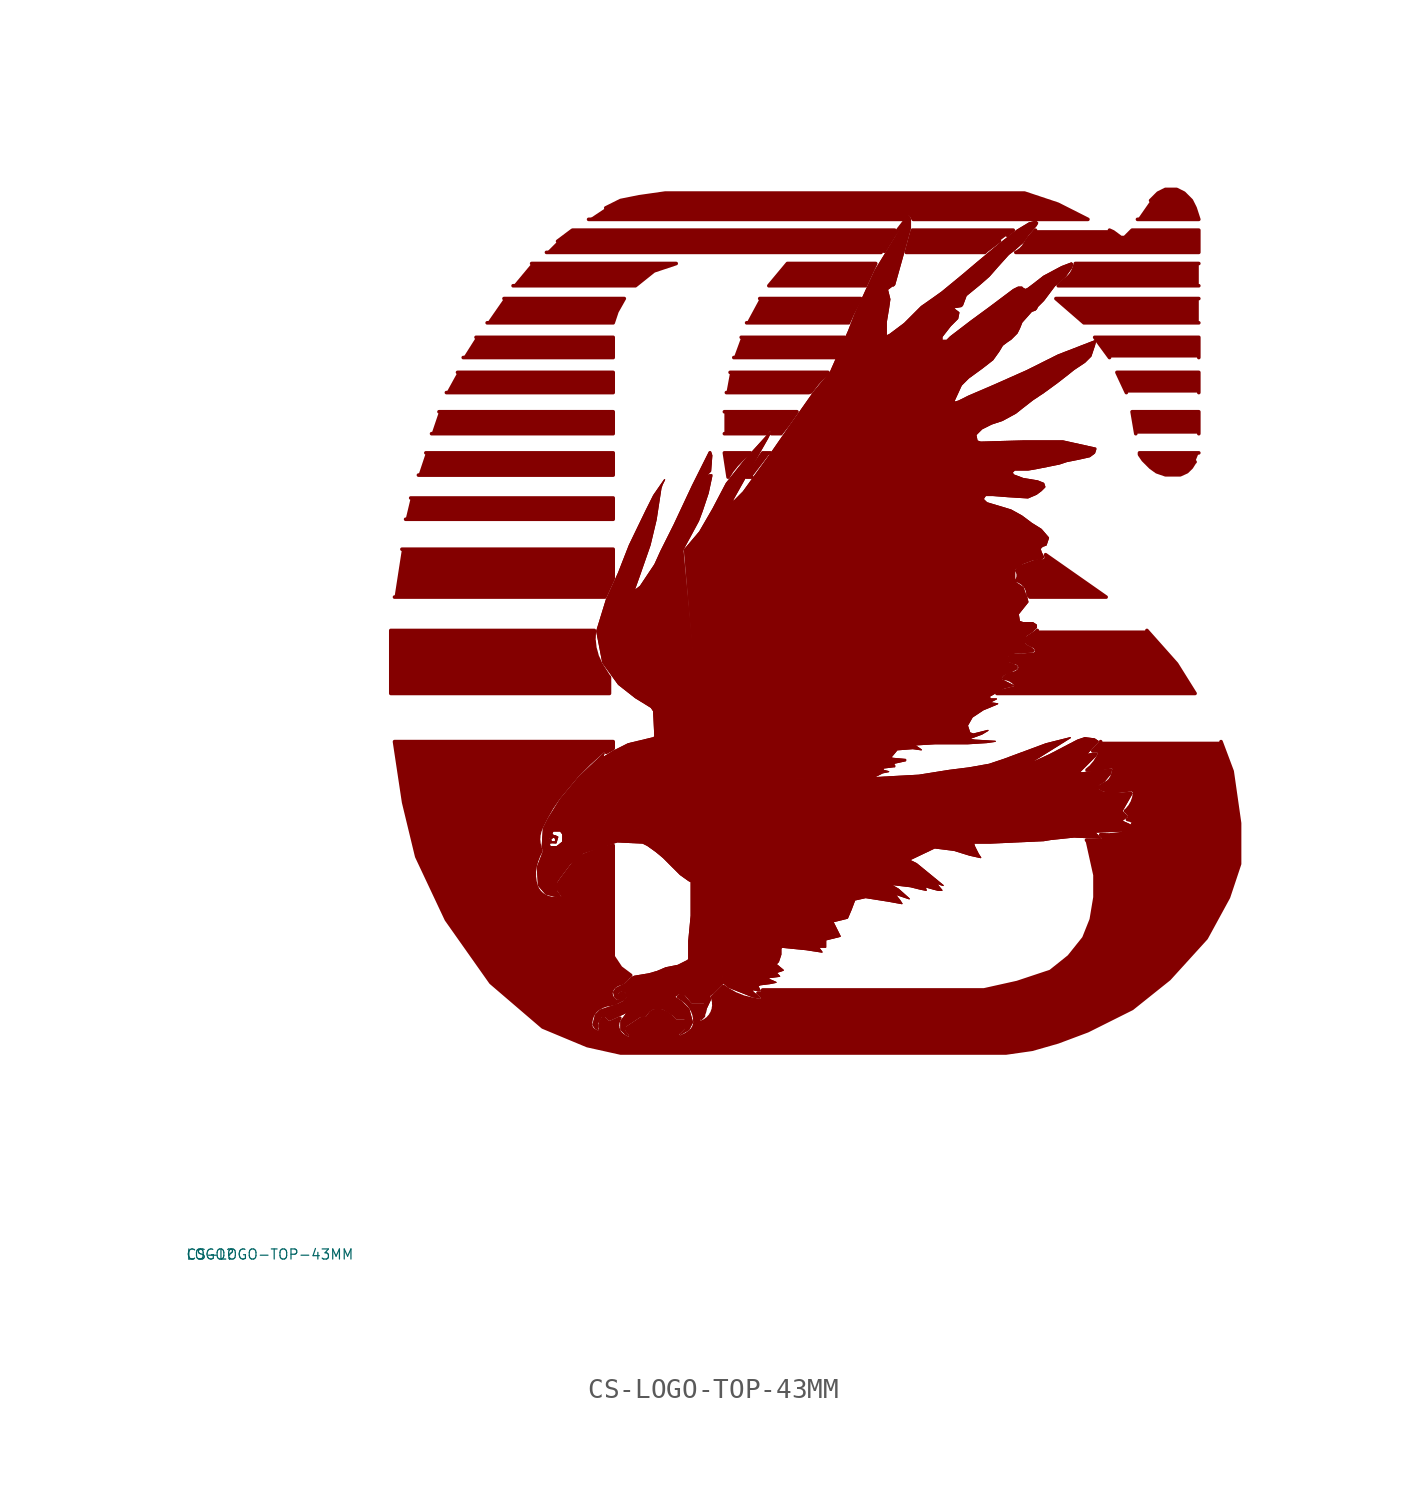
<source format=kicad_sym>
(kicad_symbol_lib
  (version 20220914)
  (generator Eagle2Kicad)
  (symbol "CS-LOGO-TOP-43MM"
    (property "Reference" "LOGO"
      (at -10 -10 0)
      (effects (font (size 0.5 0.5) (thickness 0.06)) (justify left)))
    (property "Value" "CS-LOGO-TOP-43MM"
      (at -10 -10 0)
      (effects (font (size 0.5 0.5) (thickness 0.06)) (justify left)))
    (polyline
      (pts (xy 10.466 1.161) (xy 10.346 1.221) (xy 10.226 1.401) (xy 10.346 1.882) (xy 10.586 2.123) (xy 11.127 2.303) (xy 11.488 2.423) (xy 11.729 2.544) (xy 11.909 2.724) (xy 11.849 3.025) (xy 11.608 3.084) (xy 11.428 2.964) (xy 11.428 2.664) (xy 11.308 2.784) (xy 11.248 3.025) (xy 11.368 3.205) (xy 11.608 3.325) (xy 11.849 3.445) (xy 11.969 3.565) (xy 12.15 3.746) (xy 12.27 3.806) (xy 12.991 3.926) (xy 13.412 4.047) (xy 13.833 4.227) (xy 14.133 4.287) (xy 14.434 4.347) (xy 14.915 4.588) (xy 14.975 4.648) (xy 14.975 5.55) (xy 15.095 6.812) (xy 15.095 8.495) (xy 14.975 8.556) (xy 14.554 8.856) (xy 14.133 9.277) (xy 13.713 9.698) (xy 13.352 9.998) (xy 12.931 10.299) (xy 12.691 10.419) (xy 11.428 10.479) (xy 9.745 9.938) (xy 9.083 9.397) (xy 8.542 8.676) (xy 8.422 8.495) (xy 8.422 8.014) (xy 8.602 7.774) (xy 8.362 7.774) (xy 7.881 7.894) (xy 7.52 8.315) (xy 7.46 9.217) (xy 7.761 9.998) (xy 7.761 10.059) (xy 7.701 10.239) (xy 7.761 11.141) (xy 8.001 11.622) (xy 8.602 12.583) (xy 9.504 13.666) (xy 10.767 14.868) (xy 10.707 14.688) (xy 10.767 14.688) (xy 11.248 14.988) (xy 11.969 15.349) (xy 13.232 15.65) (xy 13.292 15.71) (xy 13.232 16.972) (xy 13.111 17.153) (xy 12.33 17.634) (xy 11.488 18.295) (xy 10.707 19.377) (xy 10.406 20.94) (xy 10.887 22.503) (xy 11.488 23.826) (xy 12.029 25.209) (xy 12.871 26.952) (xy 13.232 27.674) (xy 13.773 28.455) (xy 13.653 28.215) (xy 13.592 28.034) (xy 13.352 26.471) (xy 13.051 25.209) (xy 12.57 23.826) (xy 12.27 22.984) (xy 12.33 22.984) (xy 12.57 23.165) (xy 13.292 24.247) (xy 13.592 24.908) (xy 14.254 26.231) (xy 15.156 28.155) (xy 15.997 29.838) (xy 16.057 29.838) (xy 16.117 29.658) (xy 16.057 28.876) (xy 15.877 28.696) (xy 15.877 28.636) (xy 15.997 28.696) (xy 16.117 28.696) (xy 16.117 28.636) (xy 15.937 27.794) (xy 15.636 26.892) (xy 15.456 26.411) (xy 15.035 25.63) (xy 14.674 24.968) (xy 15.997 11.261) (xy 8.242 11.08) (xy 8.001 10.72) (xy 8.001 10.419) (xy 8.061 10.239) (xy 8.181 10.179) (xy 8.422 10.179) (xy 8.723 10.419) (xy 8.723 10.96) (xy 8.602 11.08) (xy 9.504 11.08) (xy 15.997 11.261) (xy 16.659 3.445) (xy 16.177 2.964) (xy 15.997 2.844) (xy 16.057 2.664) (xy 15.576 1.642) (xy 15.757 1.822) (xy 15.757 2.483) (xy 15.156 2.483) (xy 15.095 2.544) (xy 14.795 2.904) (xy 14.494 2.964) (xy 14.254 2.784) (xy 14.614 2.544) (xy 14.975 2.183) (xy 15.156 1.522) (xy 14.975 1.161) (xy 14.554 0.92) (xy 14.795 1.161) (xy 14.795 1.702) (xy 14.374 1.702) (xy 14.194 1.882) (xy 13.713 2.183) (xy 13.171 2.183) (xy 12.991 2.062) (xy 12.811 1.822) (xy 12.57 1.822) (xy 12.029 1.461) (xy 11.849 1.341) (xy 11.789 1.101) (xy 11.969 0.86) (xy 11.849 0.92) (xy 11.608 1.161) (xy 11.608 1.581) (xy 11.969 2.062) (xy 11.729 1.942) (xy 11.067 1.642) (xy 11.007 1.642) (xy 10.827 1.822) (xy 10.647 1.822) (xy 10.466 1.522))
      (stroke (width 0.06) (type default))
      (fill (type outline)))
    (polyline
      (pts (xy 14.735 24.968) (xy 14.855 25.089) (xy 15.516 25.87) (xy 16.177 27.012) (xy 16.839 28.275) (xy 17.801 29.477) (xy 19.003 30.8) (xy 19.003 30.74) (xy 18.883 30.499) (xy 17.921 28.816) (xy 17.079 27.313) (xy 17.26 27.433) (xy 17.68 27.854) (xy 18.462 28.936) (xy 18.943 29.598) (xy 20.025 31.161) (xy 21.168 32.784) (xy 21.769 33.505) (xy 22.009 33.806) (xy 22.911 35.85) (xy 23.212 36.631) (xy 24.234 38.856) (xy 25.857 41.501) (xy 25.917 41.501) (xy 25.977 41.381) (xy 25.977 40.96) (xy 25.616 39.637) (xy 25.195 38.134) (xy 25.135 38.074) (xy 25.075 38.074) (xy 24.835 37.894) (xy 24.895 37.654) (xy 24.955 37.413) (xy 24.895 36.992) (xy 24.775 36.271) (xy 24.775 35.61) (xy 24.835 35.61) (xy 24.955 35.67) (xy 25.677 36.211) (xy 26.518 37.052) (xy 27.119 37.473) (xy 27.54 37.774) (xy 28.562 38.616) (xy 29.344 39.277) (xy 30.426 40.179) (xy 31.268 40.84) (xy 31.869 41.201) (xy 32.109 41.261) (xy 32.23 41.261) (xy 32.29 41.201) (xy 32.23 41.08) (xy 31.809 40.599) (xy 31.568 40.239) (xy 31.087 39.818) (xy 30.847 39.637) (xy 30.306 39.036) (xy 29.885 38.555) (xy 29.404 38.134) (xy 28.743 37.593) (xy 28.562 37.113) (xy 28.502 37.052) (xy 28.141 36.992) (xy 28.141 36.932) (xy 28.382 36.752) (xy 28.322 36.451) (xy 27.961 36.09) (xy 27.54 35.549) (xy 27.54 35.369) (xy 27.781 35.369) (xy 27.961 35.549) (xy 28.983 36.331) (xy 29.885 36.992) (xy 31.087 37.894) (xy 31.328 38.014) (xy 31.508 38.014) (xy 31.568 37.954) (xy 31.689 37.894) (xy 31.809 37.954) (xy 32.049 38.134) (xy 32.59 38.555) (xy 33.492 39.036) (xy 33.973 39.217) (xy 34.033 39.157) (xy 33.973 38.976) (xy 33.672 38.555) (xy 33.131 38.074) (xy 32.59 37.353) (xy 32.29 37.052) (xy 32.23 36.932) (xy 32.169 36.872) (xy 31.989 36.812) (xy 31.508 36.271) (xy 31.388 35.97) (xy 31.268 35.73) (xy 30.967 35.429) (xy 30.787 35.309) (xy 30.546 35.128) (xy 30.366 34.828) (xy 30.065 34.407) (xy 29.524 33.986) (xy 28.863 33.505) (xy 28.502 33.145) (xy 28.141 32.363) (xy 28.201 32.303) (xy 28.382 32.363) (xy 28.863 32.604) (xy 30.125 33.145) (xy 31.749 33.866) (xy 33.312 34.648) (xy 35.175 35.369) (xy 35.115 35.128) (xy 34.935 34.587) (xy 34.634 34.287) (xy 34.093 33.926) (xy 33.793 33.686) (xy 33.252 33.265) (xy 32.59 32.784) (xy 32.049 32.423) (xy 31.508 32.002) (xy 31.207 31.762) (xy 30.546 31.401) (xy 30.005 31.221) (xy 29.524 30.98) (xy 29.224 30.68) (xy 29.284 30.379) (xy 29.464 30.319) (xy 31.568 30.379) (xy 33.552 30.379) (xy 35.175 30.018) (xy 35.175 29.958) (xy 35.115 29.778) (xy 34.875 29.598) (xy 34.334 29.477) (xy 33.733 29.357) (xy 33.372 29.237) (xy 32.771 29.116) (xy 32.169 28.996) (xy 31.809 28.936) (xy 31.147 28.936) (xy 31.027 28.816) (xy 31.087 28.696) (xy 31.568 28.515) (xy 32.29 28.395) (xy 32.59 28.275) (xy 32.65 28.095) (xy 32.47 27.914) (xy 32.23 27.734) (xy 31.809 27.553) (xy 30.847 27.613) (xy 30.065 27.674) (xy 29.704 27.674) (xy 29.584 27.493) (xy 29.765 27.313) (xy 30.967 26.952) (xy 31.508 26.652) (xy 31.989 26.291) (xy 32.47 25.99) (xy 32.831 25.57) (xy 32.71 25.209) (xy 32.53 25.149) (xy 32.41 25.028) (xy 32.47 24.848) (xy 32.59 24.607) (xy 32.53 24.547) (xy 32.049 24.487) (xy 31.568 24.307) (xy 31.147 24.006) (xy 31.147 23.886) (xy 31.147 23.525) (xy 31.207 23.345) (xy 31.568 23.104) (xy 31.689 22.744) (xy 31.749 22.623) (xy 31.809 22.383) (xy 31.568 22.083) (xy 31.328 21.782) (xy 31.388 21.421) (xy 31.568 21.361) (xy 32.049 21.361) (xy 32.23 21.241) (xy 32.23 21.12) (xy 32.049 20.94) (xy 31.689 20.7) (xy 31.628 20.339) (xy 31.749 20.219) (xy 31.989 20.098) (xy 32.109 19.978) (xy 32.049 19.918) (xy 31.508 19.858) (xy 31.147 19.858) (xy 30.787 19.678) (xy 30.847 19.377) (xy 31.147 19.257) (xy 31.268 19.197) (xy 31.268 19.077) (xy 31.027 18.956) (xy 30.606 18.776) (xy 30.486 18.656) (xy 30.486 18.535) (xy 30.606 18.475) (xy 31.087 18.235) (xy 30.606 18.114) (xy 29.885 17.694) (xy 29.945 17.574) (xy 30.246 17.574) (xy 29.885 17.393) (xy 30.306 17.333) (xy 29.584 17.032) (xy 29.043 16.672) (xy 28.803 16.251) (xy 28.923 15.89) (xy 29.103 15.83) (xy 29.825 16.01) (xy 29.524 15.83) (xy 28.863 15.589) (xy 29.163 15.529) (xy 30.186 15.469) (xy 29.765 15.409) (xy 28.803 15.349) (xy 27.18 15.349) (xy 26.157 15.289) (xy 26.518 15.049) (xy 26.097 15.108) (xy 25.316 15.049) (xy 25.015 14.688) (xy 25.075 14.628) (xy 25.737 14.568) (xy 25.737 14.507) (xy 25.195 14.387) (xy 25.135 14.327) (xy 25.195 14.267) (xy 25.195 14.207) (xy 25.135 14.207) (xy 24.654 14.147) (xy 24.594 14.086) (xy 24.654 14.026) (xy 24.895 13.966) (xy 24.594 13.906) (xy 24.113 13.666) (xy 15.697 13.605))
      (stroke (width 0.06) (type default))
      (fill (type outline)))
    (polyline
      (pts (xy 15.757 13.605) (xy 24.174 13.666) (xy 26.398 13.786) (xy 27.901 14.026) (xy 28.863 14.147) (xy 29.885 14.327) (xy 30.606 14.568) (xy 32.71 15.349) (xy 33.913 15.65) (xy 31.989 14.447) (xy 32.109 14.447) (xy 32.891 14.808) (xy 34.274 15.529) (xy 34.634 15.65) (xy 35.115 15.589) (xy 35.296 15.469) (xy 34.695 14.808) (xy 34.995 14.868) (xy 35.236 14.868) (xy 35.175 14.748) (xy 34.394 13.966) (xy 34.394 13.906) (xy 34.514 13.906) (xy 35.957 14.086) (xy 35.897 13.846) (xy 35.596 13.485) (xy 35.296 13.305) (xy 35.296 13.065) (xy 35.536 12.944) (xy 36.438 12.884) (xy 36.919 12.944) (xy 36.979 12.884) (xy 36.498 12.043) (xy 36.498 11.982) (xy 36.739 11.742) (xy 36.438 11.501) (xy 36.498 11.501) (xy 37.28 11.141) (xy 36.558 11.02) (xy 35.115 10.96) (xy 35.416 10.66) (xy 34.093 10.72) (xy 32.951 10.6) (xy 32.59 10.54) (xy 29.945 10.419) (xy 29.103 10.419) (xy 29.163 10.239) (xy 29.344 9.878) (xy 29.464 9.698) (xy 28.923 9.818) (xy 28.141 10.059) (xy 27.18 10.179) (xy 25.917 9.577) (xy 26.278 9.397) (xy 27.6 8.315) (xy 27.24 8.435) (xy 27.54 8.074) (xy 27.36 8.074) (xy 27.119 8.135) (xy 26.698 8.255) (xy 26.759 8.074) (xy 26.458 8.135) (xy 25.977 8.255) (xy 24.955 8.375) (xy 25.376 8.135) (xy 25.917 7.654) (xy 25.195 7.894) (xy 25.436 7.593) (xy 25.556 7.413) (xy 24.895 7.534) (xy 23.753 7.714) (xy 23.212 7.593) (xy 23.031 7.113) (xy 22.851 6.692) (xy 22.129 6.511) (xy 22.49 5.79) (xy 21.769 5.61) (xy 21.769 5.249) (xy 21.408 5.249) (xy 21.588 5.008) (xy 20.807 5.129) (xy 19.604 5.249) (xy 19.544 5.189) (xy 19.544 5.008) (xy 19.544 4.888) (xy 19.424 4.527) (xy 19.304 4.407) (xy 19.665 4.107) (xy 19.304 3.986) (xy 19.484 3.806) (xy 19.003 3.746) (xy 18.883 3.686) (xy 19.304 3.505) (xy 19.003 3.445) (xy 18.522 3.385) (xy 18.402 3.325) (xy 18.522 3.084) (xy 18.101 3.145) (xy 18.162 3.025) (xy 18.522 2.724) (xy 18.162 2.784) (xy 16.959 3.265) (xy 16.659 3.505))
      (stroke (width 0.06) (type default))
      (fill (type outline)))
    (polyline
      (pts (xy 8.001 10.72) (xy 8.061 10.84) (xy 8.181 11.02) (xy 8.482 11.141) (xy 8.783 10.96) (xy 8.843 10.479) (xy 8.542 10.179) (xy 8.061 10.179) (xy 7.941 10.299) (xy 7.941 10.6) (xy 8.061 10.6) (xy 8.061 10.479) (xy 8.061 10.299) (xy 8.121 10.239) (xy 8.422 10.239) (xy 8.723 10.479) (xy 8.783 10.78) (xy 8.602 11.02) (xy 8.242 11.02) (xy 8.17 10.895) (xy 8.256 10.79) (xy 8.338 10.784) (xy 8.471 10.721) (xy 8.383 10.425) (xy 8.183 10.437) (xy 8.061 10.419) (xy 8.126 10.547) (xy 8.181 10.479) (xy 8.362 10.479) (xy 8.362 10.66) (xy 8.242 10.72) (xy 8.116 10.6) (xy 8.121 10.54))
      (stroke (width 0.06) (type default))
      (fill (type outline)))
    (polyline
      (pts (xy 10.466 1.161) (xy 10.346 1.221) (xy 10.226 1.401) (xy 10.346 1.882) (xy 10.586 2.123) (xy 11.127 2.303) (xy 11.488 2.423) (xy 11.729 2.544) (xy 11.909 2.724) (xy 11.849 3.025) (xy 11.608 3.084) (xy 11.428 2.964) (xy 11.428 2.664) (xy 11.308 2.784) (xy 11.248 3.025) (xy 11.368 3.205) (xy 11.608 3.325) (xy 11.849 3.445) (xy 11.969 3.565) (xy 12.15 3.746) (xy 12.27 3.806) (xy 12.991 3.926) (xy 13.412 4.047) (xy 13.833 4.227) (xy 14.133 4.287) (xy 14.434 4.347) (xy 14.915 4.588) (xy 14.975 4.648) (xy 14.975 5.55) (xy 15.095 6.812) (xy 15.095 8.495) (xy 14.975 8.556) (xy 14.554 8.856) (xy 14.133 9.277) (xy 13.713 9.698) (xy 13.352 9.998) (xy 12.931 10.299) (xy 12.691 10.419) (xy 11.428 10.479) (xy 9.745 9.938) (xy 9.083 9.397) (xy 8.542 8.676) (xy 8.422 8.495) (xy 8.422 8.014) (xy 8.602 7.774) (xy 8.362 7.774) (xy 7.881 7.894) (xy 7.52 8.315) (xy 7.46 9.217) (xy 7.761 9.998) (xy 7.761 10.059) (xy 7.701 10.239) (xy 7.761 11.141) (xy 8.001 11.622) (xy 8.602 12.583) (xy 9.504 13.666) (xy 10.767 14.868) (xy 10.707 14.688) (xy 10.767 14.688) (xy 11.248 14.988) (xy 11.969 15.349) (xy 13.232 15.65) (xy 13.292 15.71) (xy 13.232 16.972) (xy 13.111 17.153) (xy 12.33 17.634) (xy 11.488 18.295) (xy 10.707 19.377) (xy 10.406 20.94) (xy 10.887 22.503) (xy 11.488 23.826) (xy 12.029 25.209) (xy 12.871 26.952) (xy 13.232 27.674) (xy 13.773 28.455) (xy 13.653 28.215) (xy 13.592 28.034) (xy 13.352 26.471) (xy 13.051 25.209) (xy 12.57 23.826) (xy 12.27 22.984) (xy 12.33 22.984) (xy 12.57 23.165) (xy 13.292 24.247) (xy 13.592 24.908) (xy 14.254 26.231) (xy 15.156 28.155) (xy 15.997 29.838) (xy 16.057 29.838) (xy 16.117 29.658) (xy 16.057 28.876) (xy 15.877 28.696) (xy 15.877 28.636) (xy 15.997 28.696) (xy 16.117 28.696) (xy 16.117 28.636) (xy 15.937 27.794) (xy 15.636 26.892) (xy 15.456 26.411) (xy 15.035 25.63) (xy 14.674 24.968) (xy 15.997 11.261) (xy 8.242 11.08) (xy 8.001 10.72) (xy 8.001 10.419) (xy 8.061 10.239) (xy 8.181 10.179) (xy 8.422 10.179) (xy 8.723 10.419) (xy 8.723 10.96) (xy 8.602 11.08) (xy 9.504 11.08) (xy 15.997 11.261) (xy 16.659 3.445) (xy 16.177 2.964) (xy 15.997 2.844) (xy 16.057 2.664) (xy 15.576 1.642) (xy 15.757 1.822) (xy 15.757 2.483) (xy 15.156 2.483) (xy 15.095 2.544) (xy 14.795 2.904) (xy 14.494 2.964) (xy 14.254 2.784) (xy 14.614 2.544) (xy 14.975 2.183) (xy 15.156 1.522) (xy 14.975 1.161) (xy 14.554 0.92) (xy 14.795 1.161) (xy 14.795 1.702) (xy 14.374 1.702) (xy 14.194 1.882) (xy 13.713 2.183) (xy 13.171 2.183) (xy 12.991 2.062) (xy 12.811 1.822) (xy 12.57 1.822) (xy 12.029 1.461) (xy 11.849 1.341) (xy 11.789 1.101) (xy 11.969 0.86) (xy 11.849 0.92) (xy 11.608 1.161) (xy 11.608 1.581) (xy 11.969 2.062) (xy 11.729 1.942) (xy 11.067 1.642) (xy 11.007 1.642) (xy 10.827 1.822) (xy 10.647 1.822) (xy 10.466 1.522))
      (stroke (width 0.06) (type default))
      (fill (type outline)))
    (polyline
      (pts (xy 14.735 24.968) (xy 14.855 25.089) (xy 15.516 25.87) (xy 16.177 27.012) (xy 16.839 28.275) (xy 17.801 29.477) (xy 19.003 30.8) (xy 19.003 30.74) (xy 18.883 30.499) (xy 17.921 28.816) (xy 17.079 27.313) (xy 17.26 27.433) (xy 17.68 27.854) (xy 18.462 28.936) (xy 18.943 29.598) (xy 20.025 31.161) (xy 21.168 32.784) (xy 21.769 33.505) (xy 22.009 33.806) (xy 22.911 35.85) (xy 23.212 36.631) (xy 24.234 38.856) (xy 25.857 41.501) (xy 25.917 41.501) (xy 25.977 41.381) (xy 25.977 40.96) (xy 25.616 39.637) (xy 25.195 38.134) (xy 25.135 38.074) (xy 25.075 38.074) (xy 24.835 37.894) (xy 24.895 37.654) (xy 24.955 37.413) (xy 24.895 36.992) (xy 24.775 36.271) (xy 24.775 35.61) (xy 24.835 35.61) (xy 24.955 35.67) (xy 25.677 36.211) (xy 26.518 37.052) (xy 27.119 37.473) (xy 27.54 37.774) (xy 28.562 38.616) (xy 29.344 39.277) (xy 30.426 40.179) (xy 31.268 40.84) (xy 31.869 41.201) (xy 32.109 41.261) (xy 32.23 41.261) (xy 32.29 41.201) (xy 32.23 41.08) (xy 31.809 40.599) (xy 31.568 40.239) (xy 31.087 39.818) (xy 30.847 39.637) (xy 30.306 39.036) (xy 29.885 38.555) (xy 29.404 38.134) (xy 28.743 37.593) (xy 28.562 37.113) (xy 28.502 37.052) (xy 28.141 36.992) (xy 28.141 36.932) (xy 28.382 36.752) (xy 28.322 36.451) (xy 27.961 36.09) (xy 27.54 35.549) (xy 27.54 35.369) (xy 27.781 35.369) (xy 27.961 35.549) (xy 28.983 36.331) (xy 29.885 36.992) (xy 31.087 37.894) (xy 31.328 38.014) (xy 31.508 38.014) (xy 31.568 37.954) (xy 31.689 37.894) (xy 31.809 37.954) (xy 32.049 38.134) (xy 32.59 38.555) (xy 33.492 39.036) (xy 33.973 39.217) (xy 34.033 39.157) (xy 33.973 38.976) (xy 33.672 38.555) (xy 33.131 38.074) (xy 32.59 37.353) (xy 32.29 37.052) (xy 32.23 36.932) (xy 32.169 36.872) (xy 31.989 36.812) (xy 31.508 36.271) (xy 31.388 35.97) (xy 31.268 35.73) (xy 30.967 35.429) (xy 30.787 35.309) (xy 30.546 35.128) (xy 30.366 34.828) (xy 30.065 34.407) (xy 29.524 33.986) (xy 28.863 33.505) (xy 28.502 33.145) (xy 28.141 32.363) (xy 28.201 32.303) (xy 28.382 32.363) (xy 28.863 32.604) (xy 30.125 33.145) (xy 31.749 33.866) (xy 33.312 34.648) (xy 35.175 35.369) (xy 35.115 35.128) (xy 34.935 34.587) (xy 34.634 34.287) (xy 34.093 33.926) (xy 33.793 33.686) (xy 33.252 33.265) (xy 32.59 32.784) (xy 32.049 32.423) (xy 31.508 32.002) (xy 31.207 31.762) (xy 30.546 31.401) (xy 30.005 31.221) (xy 29.524 30.98) (xy 29.224 30.68) (xy 29.284 30.379) (xy 29.464 30.319) (xy 31.568 30.379) (xy 33.552 30.379) (xy 35.175 30.018) (xy 35.175 29.958) (xy 35.115 29.778) (xy 34.875 29.598) (xy 34.334 29.477) (xy 33.733 29.357) (xy 33.372 29.237) (xy 32.771 29.116) (xy 32.169 28.996) (xy 31.809 28.936) (xy 31.147 28.936) (xy 31.027 28.816) (xy 31.087 28.696) (xy 31.568 28.515) (xy 32.29 28.395) (xy 32.59 28.275) (xy 32.65 28.095) (xy 32.47 27.914) (xy 32.23 27.734) (xy 31.809 27.553) (xy 30.847 27.613) (xy 30.065 27.674) (xy 29.704 27.674) (xy 29.584 27.493) (xy 29.765 27.313) (xy 30.967 26.952) (xy 31.508 26.652) (xy 31.989 26.291) (xy 32.47 25.99) (xy 32.831 25.57) (xy 32.71 25.209) (xy 32.53 25.149) (xy 32.41 25.028) (xy 32.47 24.848) (xy 32.59 24.607) (xy 32.53 24.547) (xy 32.049 24.487) (xy 31.568 24.307) (xy 31.147 24.006) (xy 31.147 23.886) (xy 31.147 23.525) (xy 31.207 23.345) (xy 31.568 23.104) (xy 31.689 22.744) (xy 31.749 22.623) (xy 31.809 22.383) (xy 31.568 22.083) (xy 31.328 21.782) (xy 31.388 21.421) (xy 31.568 21.361) (xy 32.049 21.361) (xy 32.23 21.241) (xy 32.23 21.12) (xy 32.049 20.94) (xy 31.689 20.7) (xy 31.628 20.339) (xy 31.749 20.219) (xy 31.989 20.098) (xy 32.109 19.978) (xy 32.049 19.918) (xy 31.508 19.858) (xy 31.147 19.858) (xy 30.787 19.678) (xy 30.847 19.377) (xy 31.147 19.257) (xy 31.268 19.197) (xy 31.268 19.077) (xy 31.027 18.956) (xy 30.606 18.776) (xy 30.486 18.656) (xy 30.486 18.535) (xy 30.606 18.475) (xy 31.087 18.235) (xy 30.606 18.114) (xy 29.885 17.694) (xy 29.945 17.574) (xy 30.246 17.574) (xy 29.885 17.393) (xy 30.306 17.333) (xy 29.584 17.032) (xy 29.043 16.672) (xy 28.803 16.251) (xy 28.923 15.89) (xy 29.103 15.83) (xy 29.825 16.01) (xy 29.524 15.83) (xy 28.863 15.589) (xy 29.163 15.529) (xy 30.186 15.469) (xy 29.765 15.409) (xy 28.803 15.349) (xy 27.18 15.349) (xy 26.157 15.289) (xy 26.518 15.049) (xy 26.097 15.108) (xy 25.316 15.049) (xy 25.015 14.688) (xy 25.075 14.628) (xy 25.737 14.568) (xy 25.737 14.507) (xy 25.195 14.387) (xy 25.135 14.327) (xy 25.195 14.267) (xy 25.195 14.207) (xy 25.135 14.207) (xy 24.654 14.147) (xy 24.594 14.086) (xy 24.654 14.026) (xy 24.895 13.966) (xy 24.594 13.906) (xy 24.113 13.666) (xy 15.697 13.605))
      (stroke (width 0.06) (type default))
      (fill (type outline)))
    (polyline
      (pts (xy 15.757 13.605) (xy 24.174 13.666) (xy 26.398 13.786) (xy 27.901 14.026) (xy 28.863 14.147) (xy 29.885 14.327) (xy 30.606 14.568) (xy 32.71 15.349) (xy 33.913 15.65) (xy 31.989 14.447) (xy 32.109 14.447) (xy 32.891 14.808) (xy 34.274 15.529) (xy 34.634 15.65) (xy 35.115 15.589) (xy 35.296 15.469) (xy 34.695 14.808) (xy 34.995 14.868) (xy 35.236 14.868) (xy 35.175 14.748) (xy 34.394 13.966) (xy 34.394 13.906) (xy 34.514 13.906) (xy 35.957 14.086) (xy 35.897 13.846) (xy 35.596 13.485) (xy 35.296 13.305) (xy 35.296 13.065) (xy 35.536 12.944) (xy 36.438 12.884) (xy 36.919 12.944) (xy 36.979 12.884) (xy 36.498 12.043) (xy 36.498 11.982) (xy 36.739 11.742) (xy 36.438 11.501) (xy 36.498 11.501) (xy 37.28 11.141) (xy 36.558 11.02) (xy 35.115 10.96) (xy 35.416 10.66) (xy 34.093 10.72) (xy 32.951 10.6) (xy 32.59 10.54) (xy 29.945 10.419) (xy 29.103 10.419) (xy 29.163 10.239) (xy 29.344 9.878) (xy 29.464 9.698) (xy 28.923 9.818) (xy 28.141 10.059) (xy 27.18 10.179) (xy 25.917 9.577) (xy 26.278 9.397) (xy 27.6 8.315) (xy 27.24 8.435) (xy 27.54 8.074) (xy 27.36 8.074) (xy 27.119 8.135) (xy 26.698 8.255) (xy 26.759 8.074) (xy 26.458 8.135) (xy 25.977 8.255) (xy 24.955 8.375) (xy 25.376 8.135) (xy 25.917 7.654) (xy 25.195 7.894) (xy 25.436 7.593) (xy 25.556 7.413) (xy 24.895 7.534) (xy 23.753 7.714) (xy 23.212 7.593) (xy 23.031 7.113) (xy 22.851 6.692) (xy 22.129 6.511) (xy 22.49 5.79) (xy 21.769 5.61) (xy 21.769 5.249) (xy 21.408 5.249) (xy 21.588 5.008) (xy 20.807 5.129) (xy 19.604 5.249) (xy 19.544 5.189) (xy 19.544 5.008) (xy 19.544 4.888) (xy 19.424 4.527) (xy 19.304 4.407) (xy 19.665 4.107) (xy 19.304 3.986) (xy 19.484 3.806) (xy 19.003 3.746) (xy 18.883 3.686) (xy 19.304 3.505) (xy 19.003 3.445) (xy 18.522 3.385) (xy 18.402 3.325) (xy 18.522 3.084) (xy 18.101 3.145) (xy 18.162 3.025) (xy 18.522 2.724) (xy 18.162 2.784) (xy 16.959 3.265) (xy 16.659 3.505))
      (stroke (width 0.06) (type default))
      (fill (type outline)))
    (polyline
      (pts (xy 8.001 10.72) (xy 8.061 10.84) (xy 8.181 11.02) (xy 8.482 11.141) (xy 8.783 10.96) (xy 8.843 10.479) (xy 8.542 10.179) (xy 8.061 10.179) (xy 7.941 10.299) (xy 7.941 10.6) (xy 8.061 10.6) (xy 8.061 10.479) (xy 8.061 10.299) (xy 8.121 10.239) (xy 8.422 10.239) (xy 8.723 10.479) (xy 8.783 10.78) (xy 8.602 11.02) (xy 8.242 11.02) (xy 8.17 10.895) (xy 8.256 10.79) (xy 8.338 10.784) (xy 8.471 10.721) (xy 8.383 10.425) (xy 8.183 10.437) (xy 8.061 10.419) (xy 8.126 10.547) (xy 8.181 10.479) (xy 8.362 10.479) (xy 8.362 10.66) (xy 8.242 10.72) (xy 8.116 10.6) (xy 8.121 10.54))
      (stroke (width 0.06) (type default))
      (fill (type outline)))
    (polyline
      (pts (xy 10.261 20.573) (xy 10.265 20.532) (xy 10.264 20.491) (xy 10.271 20.483) (xy 10.307 20.161) (xy 10.302 20.151) (xy 10.313 20.112) (xy 10.317 20.071) (xy 10.326 20.064) (xy 10.412 19.751) (xy 10.408 19.741) (xy 10.425 19.703) (xy 10.436 19.664) (xy 10.445 19.659) (xy 10.579 19.364) (xy 10.577 19.355) (xy 10.599 19.319) (xy 10.617 19.281) (xy 10.626 19.277) (xy 10.939 18.782) (xy 10.938 18.774) (xy 10.965 18.741) (xy 10.988 18.704) (xy 10.997 18.702) (xy 11.038 18.652) (xy 11.038 17.846) (xy 0.184 17.846) (xy 0.184 20.973) (xy 10.285 20.973) (xy 10.284 20.954) (xy 10.277 20.913) (xy 10.282 20.905) (xy 10.268 20.581))
      (stroke (width 0.18) (type default))
      (fill (type outline)))
    (polyline
      (pts (xy 0.736 25.005) (xy 11.223 25.005) (xy 11.223 23.536) (xy 10.81 22.629) (xy 0.368 22.629))
      (stroke (width 0.18) (type default))
      (fill (type outline)))
    (polyline
      (pts (xy 1.172 27.548) (xy 11.223 27.548) (xy 11.223 26.492) (xy 0.92 26.492))
      (stroke (width 0.18) (type default))
      (fill (type outline)))
    (polyline
      (pts (xy 1.924 29.788) (xy 11.223 29.788) (xy 11.223 28.684) (xy 1.556 28.684))
      (stroke (width 0.18) (type default))
      (fill (type outline)))
    (polyline
      (pts (xy 2.576 31.828) (xy 11.223 31.828) (xy 11.223 30.74) (xy 2.208 30.74))
      (stroke (width 0.18) (type default))
      (fill (type outline)))
    (polyline
      (pts (xy 3.496 33.783) (xy 11.223 33.783) (xy 11.223 32.78) (xy 2.944 32.78))
      (stroke (width 0.18) (type default))
      (fill (type outline)))
    (polyline
      (pts (xy 4.415 35.523) (xy 11.223 35.523) (xy 11.223 34.519) (xy 3.78 34.519))
      (stroke (width 0.18) (type default))
      (fill (type outline)))
    (polyline
      (pts (xy 5.803 37.447) (xy 11.774 37.447) (xy 11.406 36.795) (xy 11.223 36.243) (xy 4.967 36.243))
      (stroke (width 0.18) (type default))
      (fill (type outline)))
    (polyline
      (pts (xy 7.175 39.187) (xy 14.35 39.187) (xy 13.246 38.819) (xy 12.326 38.083) (xy 6.255 38.083))
      (stroke (width 0.18) (type default))
      (fill (type outline)))
    (polyline
      (pts (xy 8.463 40.291) (xy 9.199 40.842) (xy 25.195 40.842) (xy 25.152 40.787) (xy 25.145 40.786) (xy 25.122 40.748) (xy 25.095 40.713) (xy 25.096 40.706) (xy 24.598 39.894) (xy 24.591 39.892) (xy 24.572 39.852) (xy 24.549 39.815) (xy 24.551 39.807) (xy 24.518 39.739) (xy 7.911 39.739))
      (stroke (width 0.18) (type default))
      (fill (type outline)))
    (polyline
      (pts (xy 30.394 40.306) (xy 30.393 40.307) (xy 30.355 40.278) (xy 30.313 40.248) (xy 30.313 40.246) (xy 29.824 39.878) (xy 29.818 39.878) (xy 29.785 39.848) (xy 29.749 39.821) (xy 29.748 39.814) (xy 29.666 39.739) (xy 25.77 39.739) (xy 26.071 40.842) (xy 31.081 40.842) (xy 30.782 40.591))
      (stroke (width 0.18) (type default))
      (fill (type outline)))
    (polyline
      (pts (xy 35.859 40.842) (xy 36.043 40.758) (xy 36.427 40.474) (xy 36.611 40.474) (xy 36.979 40.842) (xy 40.291 40.842) (xy 40.291 39.739) (xy 31.208 39.739) (xy 31.253 39.759) (xy 31.267 39.756) (xy 31.298 39.779) (xy 31.333 39.794) (xy 31.338 39.807) (xy 31.411 39.859) (xy 31.425 39.86) (xy 31.451 39.888) (xy 31.482 39.91) (xy 31.484 39.924) (xy 31.546 39.989) (xy 31.559 39.992) (xy 31.579 40.025) (xy 31.605 40.053) (xy 31.605 40.067) (xy 31.646 40.134) (xy 31.649 40.134) (xy 31.673 40.176) (xy 31.698 40.218) (xy 31.698 40.22) (xy 31.778 40.359) (xy 31.903 40.522) (xy 32.183 40.842))
      (stroke (width 0.18) (type default))
      (fill (type outline)))
    (polyline
      (pts (xy 10.854 41.946) (xy 11.59 42.314) (xy 12.51 42.498) (xy 13.798 42.682) (xy 31.644 42.682) (xy 33.299 42.13) (xy 34.787 41.378) (xy 26.117 41.378) (xy 26.007 41.586) (xy 25.99 41.611) (xy 25.983 41.612) (xy 25.979 41.62) (xy 25.956 41.625) (xy 25.937 41.639) (xy 25.922 41.637) (xy 25.91 41.645) (xy 25.887 41.64) (xy 25.863 41.645) (xy 25.851 41.637) (xy 25.837 41.639) (xy 25.818 41.625) (xy 25.795 41.62) (xy 25.793 41.616) (xy 25.791 41.616) (xy 25.77 41.589) (xy 25.657 41.378) (xy 10.003 41.378))
      (stroke (width 0.18) (type default))
      (fill (type outline)))
    (polyline
      (pts (xy 37.899 42.314) (xy 38.267 42.682) (xy 38.635 42.866) (xy 39.187 42.866) (xy 39.555 42.682) (xy 39.922 42.314) (xy 40.106 41.946) (xy 40.291 41.378) (xy 37.247 41.378))
      (stroke (width 0.18) (type default))
      (fill (type outline)))
    (polyline
      (pts (xy 40.291 38.083) (xy 33.314 38.083) (xy 33.472 38.237) (xy 33.711 38.43) (xy 33.714 38.43) (xy 33.75 38.461) (xy 33.788 38.492) (xy 33.788 38.494) (xy 33.822 38.523) (xy 33.833 38.524) (xy 33.859 38.554) (xy 33.89 38.581) (xy 33.891 38.592) (xy 33.925 38.633) (xy 33.936 38.635) (xy 33.957 38.67) (xy 33.983 38.701) (xy 33.982 38.712) (xy 34.009 38.758) (xy 34.019 38.762) (xy 34.034 38.8) (xy 34.055 38.835) (xy 34.053 38.846) (xy 34.069 38.888) (xy 34.073 38.89) (xy 34.088 38.934) (xy 34.105 38.978) (xy 34.104 38.982) (xy 34.136 39.08) (xy 34.145 39.087) (xy 34.152 39.127) (xy 34.153 39.131) (xy 34.166 39.151) (xy 34.164 39.162) (xy 34.165 39.166) (xy 34.161 39.173) (xy 34.16 39.177) (xy 34.162 39.187) (xy 40.291 39.187))
      (stroke (width 0.18) (type default))
      (fill (type outline)))
    (polyline
      (pts (xy 40.291 36.243) (xy 34.587 36.243) (xy 33.199 37.447) (xy 40.291 37.447))
      (stroke (width 0.18) (type default))
      (fill (type outline)))
    (polyline
      (pts (xy 35.859 34.519) (xy 35.123 35.523) (xy 40.291 35.523) (xy 40.291 34.519))
      (stroke (width 0.18) (type default))
      (fill (type outline)))
    (polyline
      (pts (xy 36.695 32.78) (xy 36.227 33.783) (xy 40.291 33.783) (xy 40.291 32.78))
      (stroke (width 0.18) (type default))
      (fill (type outline)))
    (polyline
      (pts (xy 37.163 30.74) (xy 36.979 31.828) (xy 40.291 31.828) (xy 40.291 30.74))
      (stroke (width 0.18) (type default))
      (fill (type outline)))
    (polyline
      (pts (xy 40.106 29.336) (xy 40.1 29.35) (xy 39.922 29.068) (xy 39.7 28.85) (xy 39.371 28.7) (xy 38.635 28.7) (xy 38.2 28.85) (xy 37.899 29.068) (xy 37.531 29.436) (xy 37.347 29.704) (xy 37.347 29.788) (xy 40.291 29.788))
      (stroke (width 0.18) (type default))
      (fill (type outline)))
    (polyline
      (pts (xy 24.144 38.953) (xy 24.123 38.907) (xy 24.102 38.863) (xy 24.102 38.862) (xy 23.744 38.083) (xy 18.949 38.083) (xy 19.869 39.187) (xy 24.256 39.187) (xy 24.145 38.953))
      (stroke (width 0.18) (type default))
      (fill (type outline)))
    (polyline
      (pts (xy 18.497 37.447) (xy 23.506 37.447) (xy 23.122 36.727) (xy 23.121 36.727) (xy 23.099 36.679) (xy 23.08 36.636) (xy 23.08 36.636) (xy 22.947 36.337) (xy 22.941 36.334) (xy 22.927 36.292) (xy 22.909 36.252) (xy 22.912 36.245) (xy 22.911 36.243) (xy 17.846 36.243))
      (stroke (width 0.18) (type default))
      (fill (type outline)))
    (polyline
      (pts (xy 17.578 35.523) (xy 22.712 35.523) (xy 22.566 35.182) (xy 22.369 34.711) (xy 22.304 34.519) (xy 17.21 34.519))
      (stroke (width 0.18) (type default))
      (fill (type outline)))
    (polyline
      (pts (xy 17.026 33.783) (xy 21.884 33.783) (xy 21.392 33.273) (xy 21.386 33.272) (xy 21.359 33.236) (xy 21.328 33.202) (xy 21.329 33.196) (xy 21.1 32.896) (xy 21.097 32.895) (xy 21.07 32.856) (xy 21.04 32.818) (xy 21.041 32.815) (xy 20.934 32.78) (xy 16.842 32.78))
      (stroke (width 0.18) (type default))
      (fill (type outline)))
    (polyline
      (pts (xy 16.742 31.828) (xy 20.346 31.828) (xy 19.954 31.272) (xy 19.954 31.272) (xy 19.923 31.227) (xy 19.896 31.19) (xy 19.896 31.189) (xy 19.547 30.74) (xy 19.14 30.74) (xy 19.078 30.742) (xy 19.125 30.789) (xy 19.125 30.811) (xy 19.085 30.755) (xy 19.126 30.757) (xy 19.129 30.76) (xy 19.125 30.805) (xy 19.125 30.851) (xy 19.121 30.855) (xy 19.12 30.861) (xy 19.086 30.89) (xy 19.054 30.922) (xy 19.048 30.922) (xy 19.043 30.926) (xy 18.998 30.922) (xy 18.953 30.922) (xy 18.949 30.918) (xy 18.942 30.917) (xy 18.913 30.882) (xy 18.881 30.851) (xy 18.881 30.844) (xy 18.825 30.74) (xy 16.742 30.74))
      (stroke (width 0.18) (type default))
      (fill (type outline)))
    (polyline
      (pts (xy 17.748 29.598) (xy 17.717 29.566) (xy 17.678 29.527) (xy 17.678 29.526) (xy 17.386 29.223) (xy 17.379 29.223) (xy 17.352 29.188) (xy 17.32 29.155) (xy 17.32 29.149) (xy 17.109 28.884) (xy 16.926 28.584) (xy 16.742 29.788) (xy 18.031 29.788) (xy 17.749 29.598))
      (stroke (width 0.18) (type default))
      (fill (type outline)))
    (polyline
      (pts (xy 31.813 22.82) (xy 31.804 22.859) (xy 31.801 22.898) (xy 31.793 22.906) (xy 31.788 22.926) (xy 31.792 22.937) (xy 31.776 22.973) (xy 31.767 23.012) (xy 31.757 23.018) (xy 31.749 23.037) (xy 31.751 23.049) (xy 31.729 23.082) (xy 31.713 23.119) (xy 31.702 23.123) (xy 31.691 23.14) (xy 31.691 23.154) (xy 31.664 23.181) (xy 31.642 23.214) (xy 31.629 23.216) (xy 31.578 23.269) (xy 31.575 23.283) (xy 31.544 23.304) (xy 31.517 23.331) (xy 31.503 23.331) (xy 31.441 23.372) (xy 31.436 23.385) (xy 31.401 23.399) (xy 31.369 23.42) (xy 31.355 23.417) (xy 31.256 23.457) (xy 31.25 23.459) (xy 31.253 23.465) (xy 31.275 23.503) (xy 31.291 23.512) (xy 31.299 23.545) (xy 31.317 23.575) (xy 31.312 23.593) (xy 31.315 23.604) (xy 31.328 23.616) (xy 31.328 23.651) (xy 31.337 23.684) (xy 31.328 23.7) (xy 31.328 23.712) (xy 31.337 23.727) (xy 31.328 23.76) (xy 31.328 23.795) (xy 31.315 23.808) (xy 31.312 23.819) (xy 31.317 23.836) (xy 31.299 23.866) (xy 31.291 23.899) (xy 31.275 23.908) (xy 31.255 23.943) (xy 31.348 24.041) (xy 31.47 24.129) (xy 31.614 24.194) (xy 32.09 24.372) (xy 32.231 24.417) (xy 32.371 24.434) (xy 32.48 24.428) (xy 32.486 24.423) (xy 32.529 24.425) (xy 32.53 24.425) (xy 32.553 24.416) (xy 32.568 24.423) (xy 32.574 24.423) (xy 32.579 24.428) (xy 32.606 24.429) (xy 32.611 24.434) (xy 32.618 24.434) (xy 32.638 24.454) (xy 32.663 24.465) (xy 32.666 24.472) (xy 32.673 24.474) (xy 32.684 24.5) (xy 32.703 24.519) (xy 32.703 24.527) (xy 32.709 24.532) (xy 32.71 24.559) (xy 32.721 24.585) (xy 32.72 24.587) (xy 32.721 24.588) (xy 32.713 24.62) (xy 32.715 24.652) (xy 32.701 24.667) (xy 32.695 24.691) (xy 32.7 24.705) (xy 32.686 24.733) (xy 35.691 22.629) (xy 31.909 22.629) (xy 31.908 22.64) (xy 31.884 22.662) (xy 31.868 22.691) (xy 31.85 22.696) (xy 31.834 22.711) (xy 31.816 22.728) (xy 31.814 22.731) (xy 31.812 22.736) (xy 31.81 22.753) (xy 31.807 22.809))
      (stroke (width 0.18) (type default))
      (fill (type outline)))
    (polyline
      (pts (xy 37.715 20.973) (xy 39.187 19.317) (xy 40.106 17.846) (xy 30.271 17.846) (xy 30.277 17.85) (xy 30.451 17.936) (xy 30.64 17.997) (xy 31.103 18.113) (xy 31.139 18.113) (xy 31.15 18.125) (xy 31.166 18.129) (xy 31.184 18.16) (xy 31.21 18.185) (xy 31.209 18.201) (xy 31.218 18.215) (xy 31.209 18.25) (xy 31.209 18.286) (xy 31.197 18.298) (xy 31.193 18.313) (xy 31.163 18.332) (xy 31.1 18.393) (xy 31.097 18.407) (xy 31.065 18.428) (xy 31.038 18.454) (xy 31.024 18.454) (xy 30.968 18.489) (xy 30.962 18.503) (xy 30.927 18.516) (xy 30.895 18.536) (xy 30.881 18.533) (xy 30.82 18.556) (xy 30.811 18.568) (xy 30.774 18.573) (xy 30.738 18.587) (xy 30.725 18.581) (xy 30.625 18.596) (xy 30.603 18.6) (xy 30.684 18.682) (xy 30.793 18.756) (xy 30.913 18.807) (xy 31.005 18.827) (xy 31.006 18.826) (xy 31.051 18.837) (xy 31.102 18.848) (xy 31.103 18.849) (xy 31.111 18.851) (xy 31.126 18.846) (xy 31.158 18.862) (xy 31.193 18.87) (xy 31.202 18.884) (xy 31.221 18.894) (xy 31.237 18.892) (xy 31.265 18.916) (xy 31.298 18.932) (xy 31.303 18.947) (xy 31.321 18.963) (xy 31.339 18.966) (xy 31.359 18.994) (xy 31.38 19.012) (xy 31.384 19.014) (xy 31.384 19.016) (xy 31.385 19.016) (xy 31.385 19.017) (xy 31.393 19.044) (xy 31.412 19.071) (xy 31.411 19.072) (xy 31.413 19.073) (xy 31.413 19.105) (xy 31.422 19.135) (xy 31.421 19.137) (xy 31.422 19.138) (xy 31.413 19.169) (xy 31.413 19.201) (xy 31.411 19.202) (xy 31.412 19.203) (xy 31.393 19.229) (xy 31.384 19.258) (xy 31.384 19.259) (xy 31.384 19.259) (xy 31.384 19.26) (xy 31.381 19.262) (xy 31.358 19.28) (xy 31.339 19.308) (xy 31.334 19.309) (xy 31.332 19.312) (xy 31.3 19.329) (xy 31.271 19.352) (xy 31.27 19.352) (xy 31.269 19.353) (xy 31.234 19.362) (xy 31.201 19.378) (xy 31.187 19.373) (xy 31.171 19.377) (xy 31.126 19.387) (xy 31.125 19.386) (xy 31.076 19.396) (xy 30.995 19.429) (xy 30.922 19.474) (xy 30.902 19.493) (xy 30.888 19.515) (xy 30.88 19.54) (xy 30.878 19.566) (xy 30.882 19.592) (xy 30.893 19.616) (xy 30.927 19.661) (xy 30.971 19.697) (xy 31.021 19.723) (xy 31.077 19.736) (xy 31.144 19.736) (xy 31.278 19.729) (xy 31.284 19.724) (xy 31.328 19.726) (xy 31.371 19.724) (xy 31.377 19.729) (xy 31.468 19.734) (xy 31.471 19.732) (xy 31.518 19.737) (xy 31.565 19.739) (xy 31.568 19.742) (xy 32.032 19.794) (xy 32.045 19.786) (xy 32.072 19.792) (xy 32.099 19.788) (xy 32.104 19.792) (xy 32.11 19.791) (xy 32.133 19.806) (xy 32.161 19.813) (xy 32.164 19.818) (xy 32.17 19.819) (xy 32.186 19.842) (xy 32.208 19.857) (xy 32.209 19.864) (xy 32.215 19.867) (xy 32.221 19.894) (xy 32.237 19.917) (xy 32.236 19.923) (xy 32.24 19.928) (xy 32.236 19.956) (xy 32.242 19.982) (xy 32.241 19.984) (xy 32.241 19.985) (xy 32.227 20.014) (xy 32.223 20.046) (xy 32.217 20.05) (xy 32.217 20.054) (xy 32.194 20.083) (xy 32.178 20.116) (xy 32.178 20.116) (xy 32.15 20.139) (xy 32.127 20.168) (xy 32.127 20.168) (xy 32.093 20.184) (xy 32.065 20.206) (xy 32.051 20.205) (xy 32.041 20.209) (xy 31.996 20.23) (xy 31.993 20.229) (xy 31.92 20.26) (xy 31.819 20.319) (xy 31.769 20.36) (xy 31.731 20.406) (xy 31.714 20.44) (xy 31.706 20.475) (xy 31.708 20.511) (xy 31.718 20.546) (xy 31.737 20.577) (xy 31.766 20.605) (xy 32.076 20.812) (xy 32.078 20.811) (xy 32.12 20.841) (xy 32.159 20.867) (xy 32.159 20.868) (xy 32.17 20.868) (xy 32.198 20.896) (xy 32.231 20.919) (xy 32.233 20.931) (xy 32.239 20.937) (xy 32.251 20.939) (xy 32.274 20.972) (xy 32.275 20.973))
      (stroke (width 0.18) (type default))
      (fill (type outline)))
    (polyline
      (pts (xy 41.394 15.454) (xy 41.946 13.982) (xy 42.314 11.406) (xy 42.314 9.383) (xy 41.762 7.727) (xy 40.658 5.703) (xy 38.819 3.679) (xy 36.979 2.208) (xy 34.771 1.104) (xy 33.299 0.552) (xy 32.012 0.184) (xy 30.724 0) (xy 11.59 0) (xy 9.935 0.368) (xy 7.727 1.288) (xy 5.151 3.496) (xy 2.944 6.623) (xy 1.472 9.751) (xy 0.822 12.44) (xy 0.368 15.454) (xy 11.223 15.454) (xy 11.223 15.116) (xy 11.187 15.094) (xy 11.144 15.07) (xy 11.143 15.066) (xy 10.882 14.923) (xy 10.873 14.93) (xy 10.868 14.937) (xy 10.853 14.968) (xy 10.836 14.973) (xy 10.824 14.987) (xy 10.79 14.989) (xy 10.757 15) (xy 10.741 14.992) (xy 10.723 14.993) (xy 10.698 14.97) (xy 10.667 14.955) (xy 10.661 14.938) (xy 10.069 14.409) (xy 10.065 14.409) (xy 10.033 14.376) (xy 9.997 14.345) (xy 9.997 14.34) (xy 9.449 13.783) (xy 9.443 13.783) (xy 9.414 13.748) (xy 9.382 13.715) (xy 9.382 13.709) (xy 8.537 12.695) (xy 8.53 12.694) (xy 8.505 12.657) (xy 8.476 12.623) (xy 8.477 12.616) (xy 8.206 12.221) (xy 8.2 12.22) (xy 8.178 12.18) (xy 8.152 12.143) (xy 8.153 12.137) (xy 7.918 11.723) (xy 7.915 11.722) (xy 7.894 11.679) (xy 7.87 11.638) (xy 7.871 11.634) (xy 7.672 11.235) (xy 7.666 11.232) (xy 7.65 11.191) (xy 7.629 11.15) (xy 7.631 11.144) (xy 7.594 11.05) (xy 7.585 11.044) (xy 7.576 11.005) (xy 7.561 10.966) (xy 7.565 10.956) (xy 7.542 10.853) (xy 7.534 10.846) (xy 7.531 10.805) (xy 7.522 10.765) (xy 7.528 10.756) (xy 7.521 10.651) (xy 7.514 10.643) (xy 7.518 10.602) (xy 7.515 10.561) (xy 7.522 10.553) (xy 7.531 10.447) (xy 7.526 10.438) (xy 7.536 10.399) (xy 7.539 10.357) (xy 7.548 10.351) (xy 7.572 10.253) (xy 7.569 10.248) (xy 7.584 10.205) (xy 7.595 10.16) (xy 7.599 10.158) (xy 7.639 10.039) (xy 7.639 10.028) (xy 7.543 9.843) (xy 7.536 9.84) (xy 7.521 9.8) (xy 7.5 9.761) (xy 7.503 9.753) (xy 7.433 9.572) (xy 7.426 9.568) (xy 7.415 9.525) (xy 7.399 9.484) (xy 7.403 9.477) (xy 7.353 9.289) (xy 7.346 9.283) (xy 7.34 9.24) (xy 7.329 9.199) (xy 7.333 9.192) (xy 7.314 9.047) (xy 7.307 9.041) (xy 7.307 8.999) (xy 7.301 8.957) (xy 7.307 8.949) (xy 7.307 8.803) (xy 7.301 8.796) (xy 7.307 8.754) (xy 7.307 8.711) (xy 7.314 8.705) (xy 7.333 8.56) (xy 7.329 8.552) (xy 7.34 8.511) (xy 7.345 8.469) (xy 7.353 8.463) (xy 7.392 8.321) (xy 7.388 8.31) (xy 7.405 8.273) (xy 7.416 8.234) (xy 7.426 8.228) (xy 7.453 8.17) (xy 7.45 8.157) (xy 7.473 8.125) (xy 7.489 8.09) (xy 7.501 8.085) (xy 7.54 8.031) (xy 7.54 8.018) (xy 7.568 7.991) (xy 7.591 7.959) (xy 7.603 7.957) (xy 7.651 7.911) (xy 7.653 7.898) (xy 7.686 7.877) (xy 7.714 7.849) (xy 7.727 7.85) (xy 7.782 7.814) (xy 7.786 7.803) (xy 7.823 7.787) (xy 7.856 7.765) (xy 7.868 7.767) (xy 7.949 7.732) (xy 7.955 7.722) (xy 7.995 7.712) (xy 8.032 7.696) (xy 8.042 7.7) (xy 8.128 7.679) (xy 8.135 7.67) (xy 8.176 7.667) (xy 8.215 7.657) (xy 8.225 7.663) (xy 8.307 7.656) (xy 8.311 7.652) (xy 8.357 7.652) (xy 8.402 7.648) (xy 8.406 7.652) (xy 8.598 7.652) (xy 8.644 7.648) (xy 8.648 7.652) (xy 8.653 7.652) (xy 8.685 7.684) (xy 8.72 7.714) (xy 8.721 7.72) (xy 8.724 7.723) (xy 8.724 7.769) (xy 8.728 7.815) (xy 8.724 7.819) (xy 8.724 7.824) (xy 8.692 7.857) (xy 8.602 7.961) (xy 8.53 8.072) (xy 8.5 8.143) (xy 8.485 8.217) (xy 8.485 8.293) (xy 8.5 8.367) (xy 8.53 8.437) (xy 8.643 8.606) (xy 9.179 9.322) (xy 9.309 9.481) (xy 9.455 9.618) (xy 9.617 9.733) (xy 9.795 9.827) (xy 10.61 10.137) (xy 11.223 10.299) (xy 11.223 4.783) (xy 11.59 4.231) (xy 12.09 3.857) (xy 12.075 3.843) (xy 12.041 3.821) (xy 12.039 3.81) (xy 12.006 3.78) (xy 11.999 3.779) (xy 11.969 3.746) (xy 11.936 3.716) (xy 11.935 3.709) (xy 11.881 3.65) (xy 11.77 3.539) (xy 11.712 3.498) (xy 11.648 3.466) (xy 11.619 3.457) (xy 11.619 3.457) (xy 11.569 3.441) (xy 11.523 3.426) (xy 11.523 3.426) (xy 11.523 3.426) (xy 11.513 3.429) (xy 11.476 3.411) (xy 11.437 3.398) (xy 11.432 3.389) (xy 11.422 3.384) (xy 11.412 3.386) (xy 11.379 3.362) (xy 11.342 3.344) (xy 11.338 3.333) (xy 11.329 3.326) (xy 11.317 3.326) (xy 11.289 3.298) (xy 11.256 3.275) (xy 11.254 3.265) (xy 11.243 3.262) (xy 11.222 3.23) (xy 11.194 3.203) (xy 11.194 3.19) (xy 11.182 3.185) (xy 11.168 3.15) (xy 11.146 3.118) (xy 11.149 3.104) (xy 11.148 3.103) (xy 11.136 3.094) (xy 11.13 3.058) (xy 11.116 3.025) (xy 11.121 3.011) (xy 11.111 2.997) (xy 11.114 2.964) (xy 11.109 2.93) (xy 11.12 2.915) (xy 11.12 2.914) (xy 11.112 2.897) (xy 11.125 2.866) (xy 11.165 2.764) (xy 11.25 2.667) (xy 11.398 2.518) (xy 11.512 2.574) (xy 11.59 2.652) (xy 11.505 2.767) (xy 11.497 2.807) (xy 11.504 2.861) (xy 11.556 2.917) (xy 11.631 2.964) (xy 11.696 2.973) (xy 11.738 2.958) (xy 11.783 2.908) (xy 11.803 2.846) (xy 11.798 2.773) (xy 11.767 2.722) (xy 11.729 2.682) (xy 11.429 2.53) (xy 11.327 2.476) (xy 11.225 2.442) (xy 11.158 2.431) (xy 11.149 2.43) (xy 11.058 2.415) (xy 11.058 2.415) (xy 10.957 2.399) (xy 10.948 2.404) (xy 10.909 2.391) (xy 10.869 2.385) (xy 10.862 2.376) (xy 10.755 2.34) (xy 10.744 2.343) (xy 10.708 2.324) (xy 10.67 2.311) (xy 10.665 2.301) (xy 10.565 2.249) (xy 10.554 2.251) (xy 10.521 2.226) (xy 10.485 2.207) (xy 10.482 2.197) (xy 10.454 2.177) (xy 10.444 2.177) (xy 10.415 2.148) (xy 10.381 2.123) (xy 10.38 2.113) (xy 10.356 2.089) (xy 10.346 2.087) (xy 10.321 2.054) (xy 10.292 2.025) (xy 10.292 2.014) (xy 10.271 1.987) (xy 10.261 1.984) (xy 10.242 1.947) (xy 10.218 1.914) (xy 10.219 1.904) (xy 10.198 1.862) (xy 10.188 1.857) (xy 10.175 1.819) (xy 10.156 1.783) (xy 10.159 1.772) (xy 10.145 1.728) (xy 10.136 1.721) (xy 10.129 1.681) (xy 10.116 1.642) (xy 10.121 1.633) (xy 10.113 1.586) (xy 10.105 1.579) (xy 10.105 1.538) (xy 10.098 1.497) (xy 10.104 1.488) (xy 10.104 1.438) (xy 10.096 1.427) (xy 10.104 1.389) (xy 10.103 1.352) (xy 10.108 1.347) (xy 10.105 1.337) (xy 10.12 1.306) (xy 10.127 1.272) (xy 10.138 1.265) (xy 10.137 1.253) (xy 10.159 1.227) (xy 10.175 1.196) (xy 10.187 1.192) (xy 10.189 1.179) (xy 10.218 1.16) (xy 10.24 1.134) (xy 10.248 1.134) (xy 10.284 1.115) (xy 10.32 1.091) (xy 10.329 1.093) (xy 10.405 1.055) (xy 10.44 1.031) (xy 10.449 1.033) (xy 10.457 1.029) (xy 10.497 1.043) (xy 10.539 1.051) (xy 10.544 1.058) (xy 10.552 1.061) (xy 10.572 1.099) (xy 10.595 1.135) (xy 10.594 1.144) (xy 10.598 1.151) (xy 10.584 1.192) (xy 10.564 1.292) (xy 10.564 1.39) (xy 10.583 1.487) (xy 10.619 1.577) (xy 10.67 1.661) (xy 10.73 1.732) (xy 10.735 1.736) (xy 10.736 1.736) (xy 10.737 1.736) (xy 10.739 1.736) (xy 10.747 1.729) (xy 10.885 1.591) (xy 10.885 1.591) (xy 10.905 1.571) (xy 10.957 1.52) (xy 11.045 1.52) (xy 11.072 1.51) (xy 11.094 1.52) (xy 11.118 1.52) (xy 11.138 1.54) (xy 11.553 1.728) (xy 11.522 1.676) (xy 11.511 1.671) (xy 11.498 1.633) (xy 11.477 1.599) (xy 11.481 1.587) (xy 11.468 1.554) (xy 11.456 1.544) (xy 11.452 1.508) (xy 11.439 1.474) (xy 11.446 1.459) (xy 11.441 1.42) (xy 11.431 1.407) (xy 11.436 1.371) (xy 11.431 1.335) (xy 11.441 1.323) (xy 11.446 1.283) (xy 11.439 1.269) (xy 11.452 1.235) (xy 11.456 1.199) (xy 11.468 1.189) (xy 11.482 1.152) (xy 11.479 1.137) (xy 11.498 1.106) (xy 11.511 1.072) (xy 11.525 1.065) (xy 11.549 1.028) (xy 11.549 1.014) (xy 11.575 0.987) (xy 11.596 0.956) (xy 11.61 0.953) (xy 11.641 0.922) (xy 11.644 0.907) (xy 11.675 0.887) (xy 11.702 0.861) (xy 11.716 0.861) (xy 11.747 0.841) (xy 11.749 0.834) (xy 11.789 0.814) (xy 11.825 0.79) (xy 11.833 0.792) (xy 11.893 0.762) (xy 11.91 0.742) (xy 11.936 0.74) (xy 11.959 0.728) (xy 11.985 0.737) (xy 12.011 0.735) (xy 12.031 0.752) (xy 12.055 0.76) (xy 12.067 0.784) (xy 12.087 0.801) (xy 12.089 0.827) (xy 12.101 0.85) (xy 12.092 0.876) (xy 12.094 0.902) (xy 12.077 0.922) (xy 12.069 0.946) (xy 12.045 0.958) (xy 11.967 1.047) (xy 11.899 1.155) (xy 11.891 1.176) (xy 11.89 1.194) (xy 11.895 1.211) (xy 11.904 1.226) (xy 11.924 1.244) (xy 12.055 1.332) (xy 12.055 1.332) (xy 12.079 1.347) (xy 12.139 1.388) (xy 12.139 1.388) (xy 12.607 1.7) (xy 12.77 1.7) (xy 12.778 1.694) (xy 12.819 1.7) (xy 12.861 1.7) (xy 12.868 1.707) (xy 12.878 1.709) (xy 12.903 1.742) (xy 12.933 1.772) (xy 12.933 1.782) (xy 13.083 1.981) (xy 13.121 2.017) (xy 13.164 2.046) (xy 13.211 2.067) (xy 13.325 2.096) (xy 13.442 2.106) (xy 13.559 2.096) (xy 13.674 2.067) (xy 13.831 1.999) (xy 13.976 1.908) (xy 14.111 1.793) (xy 14.252 1.651) (xy 14.252 1.651) (xy 14.272 1.631) (xy 14.323 1.58) (xy 14.736 1.58) (xy 14.744 1.569) (xy 14.769 1.517) (xy 14.782 1.46) (xy 14.782 1.402) (xy 14.769 1.345) (xy 14.744 1.293) (xy 14.704 1.242) (xy 14.484 1.022) (xy 14.457 1.01) (xy 14.449 0.988) (xy 14.432 0.971) (xy 14.432 0.942) (xy 14.422 0.915) (xy 14.432 0.894) (xy 14.432 0.87) (xy 14.453 0.849) (xy 14.465 0.823) (xy 14.487 0.815) (xy 14.504 0.798) (xy 14.533 0.798) (xy 14.559 0.788) (xy 14.581 0.798) (xy 14.605 0.798) (xy 14.625 0.819) (xy 14.791 0.895) (xy 14.804 0.893) (xy 14.836 0.915) (xy 14.872 0.932) (xy 14.876 0.944) (xy 15.014 1.04) (xy 15.027 1.04) (xy 15.054 1.067) (xy 15.086 1.09) (xy 15.088 1.103) (xy 15.109 1.124) (xy 15.123 1.127) (xy 15.143 1.159) (xy 15.17 1.186) (xy 15.17 1.2) (xy 15.186 1.226) (xy 15.199 1.232) (xy 15.213 1.268) (xy 15.233 1.299) (xy 15.23 1.313) (xy 15.241 1.342) (xy 15.252 1.35) (xy 15.258 1.388) (xy 15.272 1.423) (xy 15.266 1.436) (xy 15.27 1.465) (xy 15.279 1.474) (xy 15.278 1.513) (xy 15.284 1.552) (xy 15.277 1.562) (xy 15.274 1.659) (xy 15.28 1.669) (xy 15.273 1.709) (xy 15.272 1.749) (xy 15.264 1.757) (xy 15.246 1.851) (xy 15.251 1.861) (xy 15.237 1.899) (xy 15.229 1.939) (xy 15.22 1.945) (xy 15.188 2.035) (xy 15.191 2.046) (xy 15.171 2.081) (xy 15.157 2.119) (xy 15.147 2.124) (xy 15.101 2.207) (xy 15.102 2.217) (xy 15.077 2.249) (xy 15.057 2.286) (xy 15.047 2.289) (xy 14.993 2.36) (xy 14.993 2.369) (xy 14.963 2.399) (xy 14.937 2.433) (xy 14.928 2.434) (xy 14.866 2.497) (xy 14.864 2.506) (xy 14.831 2.532) (xy 14.801 2.562) (xy 14.792 2.562) (xy 14.725 2.613) (xy 14.724 2.617) (xy 14.685 2.644) (xy 14.649 2.671) (xy 14.644 2.671) (xy 14.465 2.79) (xy 14.558 2.859) (xy 14.583 2.872) (xy 14.608 2.876) (xy 14.633 2.874) (xy 14.656 2.866) (xy 14.677 2.853) (xy 14.7 2.827) (xy 14.813 2.678) (xy 14.813 2.672) (xy 14.843 2.639) (xy 14.87 2.603) (xy 14.877 2.602) (xy 14.973 2.497) (xy 14.973 2.493) (xy 15.007 2.459) (xy 15.039 2.424) (xy 15.043 2.424) (xy 15.105 2.361) (xy 15.698 2.361) (xy 15.718 2.336) (xy 15.752 2.267) (xy 15.769 2.191) (xy 15.769 2.114) (xy 15.752 2.039) (xy 15.718 1.97) (xy 15.666 1.904) (xy 15.504 1.742) (xy 15.476 1.728) (xy 15.47 1.708) (xy 15.454 1.692) (xy 15.454 1.661) (xy 15.444 1.632) (xy 15.454 1.613) (xy 15.454 1.591) (xy 15.476 1.569) (xy 15.49 1.542) (xy 15.51 1.535) (xy 15.526 1.52) (xy 15.556 1.52) (xy 15.586 1.51) (xy 15.605 1.52) (xy 15.627 1.52) (xy 15.648 1.542) (xy 15.736 1.586) (xy 15.75 1.584) (xy 15.78 1.608) (xy 15.815 1.625) (xy 15.819 1.637) (xy 15.883 1.687) (xy 15.897 1.687) (xy 15.922 1.716) (xy 15.953 1.74) (xy 15.955 1.753) (xy 16.009 1.814) (xy 16.021 1.817) (xy 16.041 1.85) (xy 16.067 1.879) (xy 16.066 1.893) (xy 16.107 1.962) (xy 16.119 1.968) (xy 16.132 2.004) (xy 16.152 2.038) (xy 16.149 2.05) (xy 16.176 2.127) (xy 16.187 2.134) (xy 16.193 2.173) (xy 16.206 2.209) (xy 16.2 2.221) (xy 16.213 2.301) (xy 16.222 2.311) (xy 16.22 2.35) (xy 16.226 2.388) (xy 16.218 2.398) (xy 16.215 2.479) (xy 16.222 2.49) (xy 16.214 2.528) (xy 16.212 2.567) (xy 16.203 2.576) (xy 16.186 2.649) (xy 16.189 2.654) (xy 16.175 2.697) (xy 16.165 2.741) (xy 16.159 2.744) (xy 16.146 2.781) (xy 16.161 2.793) (xy 16.195 2.811) (xy 16.199 2.824) (xy 16.221 2.842) (xy 16.228 2.842) (xy 16.259 2.874) (xy 16.294 2.902) (xy 16.294 2.909) (xy 16.513 3.127) (xy 16.691 3.305) (xy 16.695 3.305) (xy 16.953 3.127) (xy 17.24 2.962) (xy 17.243 2.953) (xy 17.282 2.938) (xy 17.318 2.916) (xy 17.328 2.919) (xy 17.656 2.788) (xy 17.662 2.779) (xy 17.703 2.769) (xy 17.741 2.754) (xy 17.75 2.758) (xy 18.089 2.676) (xy 18.092 2.672) (xy 18.137 2.664) (xy 18.182 2.654) (xy 18.187 2.656) (xy 18.47 2.609) (xy 18.483 2.598) (xy 18.518 2.601) (xy 18.552 2.595) (xy 18.566 2.605) (xy 18.584 2.607) (xy 18.606 2.634) (xy 18.634 2.654) (xy 18.637 2.671) (xy 18.648 2.684) (xy 18.645 2.719) (xy 18.651 2.754) (xy 18.641 2.768) (xy 18.639 2.785) (xy 18.612 2.808) (xy 18.592 2.836) (xy 18.575 2.839) (xy 18.408 2.978) (xy 18.494 2.965) (xy 18.532 2.953) (xy 18.543 2.958) (xy 18.555 2.957) (xy 18.587 2.98) (xy 18.622 2.998) (xy 18.626 3.01) (xy 18.636 3.017) (xy 18.641 3.056) (xy 18.654 3.094) (xy 18.648 3.105) (xy 18.65 3.117) (xy 18.642 3.127) (xy 29.62 3.127) (xy 31.276 3.496) (xy 32.931 4.047) (xy 33.851 4.783) (xy 34.587 5.703) (xy 34.955 6.623) (xy 35.139 7.727) (xy 35.139 8.831) (xy 34.771 10.487) (xy 34.716 10.569) (xy 35.363 10.54) (xy 35.365 10.538) (xy 35.412 10.538) (xy 35.461 10.536) (xy 35.463 10.538) (xy 35.466 10.538) (xy 35.5 10.571) (xy 35.535 10.604) (xy 35.535 10.607) (xy 35.538 10.609) (xy 35.538 10.656) (xy 35.54 10.705) (xy 35.538 10.707) (xy 35.538 10.71) (xy 35.504 10.744) (xy 35.472 10.779) (xy 35.468 10.779) (xy 35.416 10.832) (xy 35.794 10.825) (xy 35.801 10.819) (xy 35.844 10.824) (xy 35.887 10.823) (xy 35.893 10.829) (xy 36.525 10.894) (xy 36.528 10.892) (xy 36.574 10.899) (xy 36.621 10.904) (xy 36.624 10.908) (xy 37.29 11.019) (xy 37.331 11.019) (xy 37.339 11.027) (xy 37.35 11.029) (xy 37.373 11.062) (xy 37.402 11.091) (xy 37.402 11.102) (xy 37.408 11.111) (xy 37.401 11.151) (xy 37.401 11.192) (xy 37.393 11.2) (xy 37.392 11.211) (xy 37.358 11.234) (xy 37.266 11.325) (xy 37.264 11.337) (xy 37.231 11.359) (xy 37.203 11.387) (xy 37.191 11.387) (xy 37.108 11.444) (xy 37.104 11.456) (xy 37.069 11.472) (xy 37.035 11.495) (xy 37.023 11.493) (xy 36.932 11.535) (xy 36.926 11.545) (xy 36.887 11.556) (xy 36.852 11.572) (xy 36.84 11.568) (xy 36.747 11.593) (xy 36.777 11.616) (xy 36.779 11.616) (xy 36.817 11.649) (xy 36.854 11.678) (xy 36.854 11.68) (xy 36.856 11.682) (xy 36.86 11.732) (xy 36.865 11.779) (xy 36.864 11.78) (xy 36.864 11.783) (xy 36.831 11.821) (xy 36.802 11.857) (xy 36.8 11.858) (xy 36.746 11.921) (xy 36.745 11.932) (xy 36.715 11.958) (xy 36.688 11.989) (xy 36.677 11.99) (xy 36.651 12.013) (xy 36.7 12.055) (xy 36.711 12.056) (xy 36.737 12.087) (xy 36.767 12.113) (xy 36.768 12.125) (xy 36.846 12.219) (xy 36.858 12.222) (xy 36.877 12.257) (xy 36.903 12.288) (xy 36.902 12.3) (xy 36.962 12.406) (xy 36.973 12.411) (xy 36.987 12.448) (xy 37.007 12.483) (xy 37.004 12.495) (xy 37.045 12.609) (xy 37.055 12.616) (xy 37.062 12.656) (xy 37.076 12.693) (xy 37.071 12.704) (xy 37.094 12.83) (xy 37.105 12.844) (xy 37.102 12.878) (xy 37.106 12.899) (xy 37.11 12.909) (xy 37.108 12.912) (xy 37.108 12.912) (xy 37.108 12.912) (xy 37.097 12.935) (xy 37.095 12.964) (xy 37.091 12.967) (xy 37.091 12.972) (xy 37.071 12.992) (xy 37.059 13.018) (xy 37.054 13.02) (xy 37.053 13.024) (xy 37.026 13.036) (xy 37.006 13.057) (xy 37.001 13.057) (xy 36.998 13.06) (xy 36.969 13.063) (xy 36.959 13.067) (xy 36.954 13.072) (xy 36.951 13.071) (xy 36.943 13.075) (xy 36.925 13.068) (xy 36.916 13.067) (xy 36.878 13.07) (xy 36.867 13.061) (xy 36.425 13.005) (xy 36.135 12.984) (xy 35.849 13.004) (xy 35.571 13.061) (xy 35.465 13.102) (xy 35.373 13.16) (xy 35.365 13.169) (xy 35.361 13.176) (xy 35.36 13.185) (xy 35.361 13.193) (xy 35.365 13.2) (xy 35.375 13.211) (xy 35.504 13.299) (xy 35.612 13.356) (xy 35.616 13.355) (xy 35.656 13.379) (xy 35.698 13.401) (xy 35.699 13.405) (xy 35.733 13.425) (xy 35.748 13.425) (xy 35.775 13.45) (xy 35.806 13.469) (xy 35.81 13.484) (xy 35.847 13.519) (xy 35.862 13.522) (xy 35.882 13.553) (xy 35.909 13.578) (xy 35.909 13.594) (xy 35.937 13.636) (xy 35.951 13.643) (xy 35.964 13.677) (xy 35.984 13.708) (xy 35.981 13.723) (xy 35.996 13.764) (xy 36.003 13.768) (xy 36.014 13.81) (xy 36.029 13.851) (xy 36.026 13.858) (xy 36.07 14.036) (xy 36.086 14.059) (xy 36.082 14.083) (xy 36.087 14.106) (xy 36.073 14.13) (xy 36.067 14.159) (xy 36.048 14.172) (xy 36.036 14.192) (xy 36.008 14.199) (xy 35.984 14.216) (xy 35.961 14.211) (xy 35.938 14.217) (xy 35.913 14.202) (xy 35.226 14.073) (xy 34.743 14.043) (xy 34.743 14.044) (xy 34.897 14.175) (xy 34.909 14.176) (xy 34.935 14.207) (xy 34.966 14.233) (xy 34.967 14.244) (xy 35.098 14.399) (xy 35.108 14.401) (xy 35.129 14.436) (xy 35.156 14.467) (xy 35.155 14.478) (xy 35.257 14.646) (xy 35.262 14.648) (xy 35.282 14.689) (xy 35.306 14.728) (xy 35.304 14.733) (xy 35.336 14.796) (xy 35.357 14.818) (xy 35.357 14.839) (xy 35.367 14.859) (xy 35.357 14.888) (xy 35.357 14.919) (xy 35.342 14.934) (xy 35.335 14.955) (xy 35.308 14.968) (xy 35.286 14.99) (xy 35.264 14.99) (xy 35.245 15) (xy 35.216 14.99) (xy 35.032 14.99) (xy 35.028 14.993) (xy 35.354 15.352) (xy 35.357 15.352) (xy 35.388 15.389) (xy 35.42 15.425) (xy 35.42 15.428) (xy 35.422 15.43) (xy 35.419 15.454))
      (stroke (width 0.18) (type default))
      (fill (type outline)))
    (polyline
      (pts (xy 18.109 28.584) (xy 17.826 28.584) (xy 18.642 29.788) (xy 19.031 29.788))
      (stroke (width 0.18) (type default))
      (fill (type outline)))
    (polyline
      (pts (xy 24.68 39.794) (xy 25.223 40.679))
      (stroke (width 0.18) (type default))
      (fill (type none)))
    (polyline
      (pts (xy 25.223 40.679) (xy 25.857 41.501))
      (stroke (width 0.18) (type default))
      (fill (type none)))
    (polyline
      (pts (xy 37.008 11.366) (xy 37.153 11.265))
      (stroke (width 0.18) (type default))
      (fill (type none)))
    (polyline
      (pts (xy 37.153 11.265) (xy 37.28 11.141))
      (stroke (width 0.18) (type default))
      (fill (type none)))
    (polyline
      (pts (xy 37.28 11.141) (xy 36.558 11.02))
      (stroke (width 0.18) (type default))
      (fill (type none)))))
</source>
